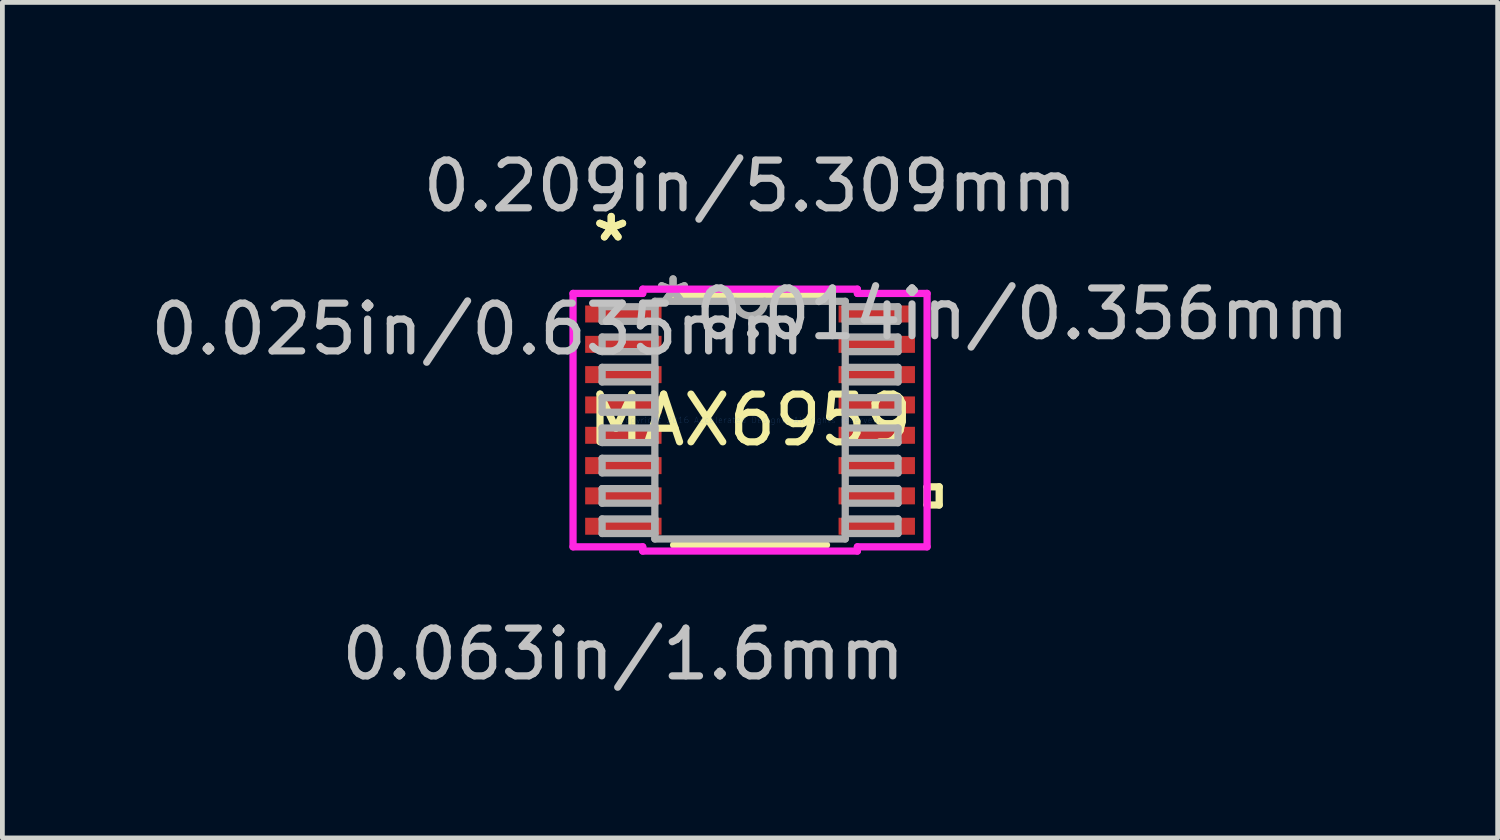
<source format=kicad_pcb>
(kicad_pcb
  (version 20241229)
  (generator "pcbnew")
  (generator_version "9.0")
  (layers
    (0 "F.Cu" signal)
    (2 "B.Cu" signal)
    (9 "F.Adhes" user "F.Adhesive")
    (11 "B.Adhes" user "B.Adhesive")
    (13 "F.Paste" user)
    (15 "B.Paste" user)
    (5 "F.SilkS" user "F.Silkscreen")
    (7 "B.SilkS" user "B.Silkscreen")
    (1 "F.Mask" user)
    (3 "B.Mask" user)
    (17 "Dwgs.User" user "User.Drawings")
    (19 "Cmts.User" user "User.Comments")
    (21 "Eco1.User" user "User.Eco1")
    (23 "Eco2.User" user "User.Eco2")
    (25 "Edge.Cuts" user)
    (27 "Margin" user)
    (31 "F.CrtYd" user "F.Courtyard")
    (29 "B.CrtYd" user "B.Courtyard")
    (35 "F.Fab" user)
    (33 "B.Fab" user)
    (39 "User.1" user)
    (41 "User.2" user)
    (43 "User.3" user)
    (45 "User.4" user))
  (footprint "MAX6959"
    (layer "F.Cu")
    (at 12.661 5.75)
    (property "Reference" "MAX6959" (at 0 0 0) (layer "F.SilkS") (effects (font (size 1 1) (thickness 0.15))))
    (attr through_hole)
    (fp_line (start -1.601 2.616) (end 1.601 2.616) (stroke (width 0.152) (type solid)) (layer "F.SilkS"))
    (fp_line (start 1.601 -2.616) (end -1.601 -2.616) (stroke (width 0.152) (type solid)) (layer "F.SilkS"))
    (fp_line (start 3.708 1.397) (end 3.962 1.397) (stroke (width 0.152) (type solid)) (layer "F.SilkS"))
    (fp_line (start 3.708 1.778) (end 3.708 1.397) (stroke (width 0.152) (type solid)) (layer "F.SilkS"))
    (fp_line (start 3.962 1.397) (end 3.962 1.778) (stroke (width 0.152) (type solid)) (layer "F.SilkS"))
    (fp_line (start 3.962 1.778) (end 3.708 1.778) (stroke (width 0.152) (type solid)) (layer "F.SilkS"))
    (fp_line (start -3.708 -2.654) (end -2.248 -2.654) (stroke (width 0.152) (type solid)) (layer "F.CrtYd"))
    (fp_line (start -3.708 2.654) (end -3.708 -2.654) (stroke (width 0.152) (type solid)) (layer "F.CrtYd"))
    (fp_line (start -2.248 -2.743) (end 2.248 -2.743) (stroke (width 0.152) (type solid)) (layer "F.CrtYd"))
    (fp_line (start -2.248 -2.654) (end -2.248 -2.743) (stroke (width 0.152) (type solid)) (layer "F.CrtYd"))
    (fp_line (start -2.248 2.654) (end -3.708 2.654) (stroke (width 0.152) (type solid)) (layer "F.CrtYd"))
    (fp_line (start -2.248 2.743) (end -2.248 2.654) (stroke (width 0.152) (type solid)) (layer "F.CrtYd"))
    (fp_line (start 2.248 -2.743) (end 2.248 -2.654) (stroke (width 0.152) (type solid)) (layer "F.CrtYd"))
    (fp_line (start 2.248 -2.654) (end 3.708 -2.654) (stroke (width 0.152) (type solid)) (layer "F.CrtYd"))
    (fp_line (start 2.248 2.654) (end 2.248 2.743) (stroke (width 0.152) (type solid)) (layer "F.CrtYd"))
    (fp_line (start 2.248 2.743) (end -2.248 2.743) (stroke (width 0.152) (type solid)) (layer "F.CrtYd"))
    (fp_line (start 3.708 -2.654) (end 3.708 2.654) (stroke (width 0.152) (type solid)) (layer "F.CrtYd"))
    (fp_line (start 3.708 2.654) (end 2.248 2.654) (stroke (width 0.152) (type solid)) (layer "F.CrtYd"))
    (fp_line (start -3.099 -2.375) (end -3.099 -2.07) (stroke (width 0.152) (type solid)) (layer "F.Fab"))
    (fp_line (start -3.099 -2.07) (end -1.994 -2.07) (stroke (width 0.152) (type solid)) (layer "F.Fab"))
    (fp_line (start -3.099 -1.74) (end -3.099 -1.435) (stroke (width 0.152) (type solid)) (layer "F.Fab"))
    (fp_line (start -3.099 -1.435) (end -1.994 -1.435) (stroke (width 0.152) (type solid)) (layer "F.Fab"))
    (fp_line (start -3.099 -1.105) (end -3.099 -0.8) (stroke (width 0.152) (type solid)) (layer "F.Fab"))
    (fp_line (start -3.099 -0.8) (end -1.994 -0.8) (stroke (width 0.152) (type solid)) (layer "F.Fab"))
    (fp_line (start -3.099 -0.47) (end -3.099 -0.165) (stroke (width 0.152) (type solid)) (layer "F.Fab"))
    (fp_line (start -3.099 -0.165) (end -1.994 -0.165) (stroke (width 0.152) (type solid)) (layer "F.Fab"))
    (fp_line (start -3.099 0.165) (end -3.099 0.47) (stroke (width 0.152) (type solid)) (layer "F.Fab"))
    (fp_line (start -3.099 0.47) (end -1.994 0.47) (stroke (width 0.152) (type solid)) (layer "F.Fab"))
    (fp_line (start -3.099 0.8) (end -3.099 1.105) (stroke (width 0.152) (type solid)) (layer "F.Fab"))
    (fp_line (start -3.099 1.105) (end -1.994 1.105) (stroke (width 0.152) (type solid)) (layer "F.Fab"))
    (fp_line (start -3.099 1.435) (end -3.099 1.74) (stroke (width 0.152) (type solid)) (layer "F.Fab"))
    (fp_line (start -3.099 1.74) (end -1.994 1.74) (stroke (width 0.152) (type solid)) (layer "F.Fab"))
    (fp_line (start -3.099 2.07) (end -3.099 2.375) (stroke (width 0.152) (type solid)) (layer "F.Fab"))
    (fp_line (start -3.099 2.375) (end -1.994 2.375) (stroke (width 0.152) (type solid)) (layer "F.Fab"))
    (fp_line (start -1.994 -2.489) (end -1.994 2.489) (stroke (width 0.152) (type solid)) (layer "F.Fab"))
    (fp_line (start -1.994 -2.375) (end -3.099 -2.375) (stroke (width 0.152) (type solid)) (layer "F.Fab"))
    (fp_line (start -1.994 -2.07) (end -1.994 -2.375) (stroke (width 0.152) (type solid)) (layer "F.Fab"))
    (fp_line (start -1.994 -1.74) (end -3.099 -1.74) (stroke (width 0.152) (type solid)) (layer "F.Fab"))
    (fp_line (start -1.994 -1.435) (end -1.994 -1.74) (stroke (width 0.152) (type solid)) (layer "F.Fab"))
    (fp_line (start -1.994 -1.105) (end -3.099 -1.105) (stroke (width 0.152) (type solid)) (layer "F.Fab"))
    (fp_line (start -1.994 -0.8) (end -1.994 -1.105) (stroke (width 0.152) (type solid)) (layer "F.Fab"))
    (fp_line (start -1.994 -0.47) (end -3.099 -0.47) (stroke (width 0.152) (type solid)) (layer "F.Fab"))
    (fp_line (start -1.994 -0.165) (end -1.994 -0.47) (stroke (width 0.152) (type solid)) (layer "F.Fab"))
    (fp_line (start -1.994 0.165) (end -3.099 0.165) (stroke (width 0.152) (type solid)) (layer "F.Fab"))
    (fp_line (start -1.994 0.47) (end -1.994 0.165) (stroke (width 0.152) (type solid)) (layer "F.Fab"))
    (fp_line (start -1.994 0.8) (end -3.099 0.8) (stroke (width 0.152) (type solid)) (layer "F.Fab"))
    (fp_line (start -1.994 1.105) (end -1.994 0.8) (stroke (width 0.152) (type solid)) (layer "F.Fab"))
    (fp_line (start -1.994 1.435) (end -3.099 1.435) (stroke (width 0.152) (type solid)) (layer "F.Fab"))
    (fp_line (start -1.994 1.74) (end -1.994 1.435) (stroke (width 0.152) (type solid)) (layer "F.Fab"))
    (fp_line (start -1.994 2.07) (end -3.099 2.07) (stroke (width 0.152) (type solid)) (layer "F.Fab"))
    (fp_line (start -1.994 2.375) (end -1.994 2.07) (stroke (width 0.152) (type solid)) (layer "F.Fab"))
    (fp_line (start -1.994 2.489) (end 1.994 2.489) (stroke (width 0.152) (type solid)) (layer "F.Fab"))
    (fp_line (start 1.994 -2.489) (end -1.994 -2.489) (stroke (width 0.152) (type solid)) (layer "F.Fab"))
    (fp_line (start 1.994 -2.375) (end 1.994 -2.07) (stroke (width 0.152) (type solid)) (layer "F.Fab"))
    (fp_line (start 1.994 -2.07) (end 3.099 -2.07) (stroke (width 0.152) (type solid)) (layer "F.Fab"))
    (fp_line (start 1.994 -1.74) (end 1.994 -1.435) (stroke (width 0.152) (type solid)) (layer "F.Fab"))
    (fp_line (start 1.994 -1.435) (end 3.099 -1.435) (stroke (width 0.152) (type solid)) (layer "F.Fab"))
    (fp_line (start 1.994 -1.105) (end 1.994 -0.8) (stroke (width 0.152) (type solid)) (layer "F.Fab"))
    (fp_line (start 1.994 -0.8) (end 3.099 -0.8) (stroke (width 0.152) (type solid)) (layer "F.Fab"))
    (fp_line (start 1.994 -0.47) (end 1.994 -0.165) (stroke (width 0.152) (type solid)) (layer "F.Fab"))
    (fp_line (start 1.994 -0.165) (end 3.099 -0.165) (stroke (width 0.152) (type solid)) (layer "F.Fab"))
    (fp_line (start 1.994 0.165) (end 1.994 0.47) (stroke (width 0.152) (type solid)) (layer "F.Fab"))
    (fp_line (start 1.994 0.47) (end 3.099 0.47) (stroke (width 0.152) (type solid)) (layer "F.Fab"))
    (fp_line (start 1.994 0.8) (end 1.994 1.105) (stroke (width 0.152) (type solid)) (layer "F.Fab"))
    (fp_line (start 1.994 1.105) (end 3.099 1.105) (stroke (width 0.152) (type solid)) (layer "F.Fab"))
    (fp_line (start 1.994 1.435) (end 1.994 1.74) (stroke (width 0.152) (type solid)) (layer "F.Fab"))
    (fp_line (start 1.994 1.74) (end 3.099 1.74) (stroke (width 0.152) (type solid)) (layer "F.Fab"))
    (fp_line (start 1.994 2.07) (end 1.994 2.375) (stroke (width 0.152) (type solid)) (layer "F.Fab"))
    (fp_line (start 1.994 2.375) (end 3.099 2.375) (stroke (width 0.152) (type solid)) (layer "F.Fab"))
    (fp_line (start 1.994 2.489) (end 1.994 -2.489) (stroke (width 0.152) (type solid)) (layer "F.Fab"))
    (fp_line (start 3.099 -2.375) (end 1.994 -2.375) (stroke (width 0.152) (type solid)) (layer "F.Fab"))
    (fp_line (start 3.099 -2.07) (end 3.099 -2.375) (stroke (width 0.152) (type solid)) (layer "F.Fab"))
    (fp_line (start 3.099 -1.74) (end 1.994 -1.74) (stroke (width 0.152) (type solid)) (layer "F.Fab"))
    (fp_line (start 3.099 -1.435) (end 3.099 -1.74) (stroke (width 0.152) (type solid)) (layer "F.Fab"))
    (fp_line (start 3.099 -1.105) (end 1.994 -1.105) (stroke (width 0.152) (type solid)) (layer "F.Fab"))
    (fp_line (start 3.099 -0.8) (end 3.099 -1.105) (stroke (width 0.152) (type solid)) (layer "F.Fab"))
    (fp_line (start 3.099 -0.47) (end 1.994 -0.47) (stroke (width 0.152) (type solid)) (layer "F.Fab"))
    (fp_line (start 3.099 -0.165) (end 3.099 -0.47) (stroke (width 0.152) (type solid)) (layer "F.Fab"))
    (fp_line (start 3.099 0.165) (end 1.994 0.165) (stroke (width 0.152) (type solid)) (layer "F.Fab"))
    (fp_line (start 3.099 0.47) (end 3.099 0.165) (stroke (width 0.152) (type solid)) (layer "F.Fab"))
    (fp_line (start 3.099 0.8) (end 1.994 0.8) (stroke (width 0.152) (type solid)) (layer "F.Fab"))
    (fp_line (start 3.099 1.105) (end 3.099 0.8) (stroke (width 0.152) (type solid)) (layer "F.Fab"))
    (fp_line (start 3.099 1.435) (end 1.994 1.435) (stroke (width 0.152) (type solid)) (layer "F.Fab"))
    (fp_line (start 3.099 1.74) (end 3.099 1.435) (stroke (width 0.152) (type solid)) (layer "F.Fab"))
    (fp_line (start 3.099 2.07) (end 1.994 2.07) (stroke (width 0.152) (type solid)) (layer "F.Fab"))
    (fp_line (start 3.099 2.375) (end 3.099 2.07) (stroke (width 0.152) (type solid)) (layer "F.Fab"))
    (fp_arc (start 0.3048 -2.4892) (mid 0 -2.1844) (end -0.3048 -2.4892) (stroke (width 0.1524) (type solid)) (layer "F.Fab"))
    (fp_text user "*" (at -2.908 -3.721 0) (layer "F.SilkS") (effects (font (size 1 1) (thickness 0.15))))
    (fp_text user "*" (at -2.908 -3.721 0) (layer "F.SilkS") (effects (font (size 1 1) (thickness 0.15))))
    (fp_text user "0.025in/0.635mm" (at -5.702 -1.905 0) (layer "Dwgs.User") (effects (font (size 1 1) (thickness 0.15))))
    (fp_text user "0.014in/0.356mm" (at 5.702 -2.223 0) (layer "Dwgs.User") (effects (font (size 1 1) (thickness 0.15))))
    (fp_text user "0.063in/1.6mm" (at -2.654 4.902 0) (layer "Dwgs.User") (effects (font (size 1 1) (thickness 0.15))))
    (fp_text user "0.209in/5.309mm" (at 0 -4.902 0) (layer "Dwgs.User") (effects (font (size 1 1) (thickness 0.15))))
    (fp_text user "Copyright 2016 Accelerated Designs. All rights reserved." (at 0 0 0) (layer "Cmts.User") (effects (font (size 0.127 0.127) (thickness 0.002))))
    (fp_text user "*" (at -1.613 -2.413 0) (layer "F.Fab") (effects (font (size 1 1) (thickness 0.15))))
    (fp_text user "*" (at -1.613 -2.413 0) (layer "F.Fab") (effects (font (size 1 1) (thickness 0.15))))
    (pad "1" smd rect (at -2.654 -2.223) (size 1.6 0.356) (layers "F.Cu" "F.Mask" "F.Paste"))
    (pad "2" smd rect (at -2.654 -1.587) (size 1.6 0.356) (layers "F.Cu" "F.Mask" "F.Paste"))
    (pad "3" smd rect (at -2.654 -0.953) (size 1.6 0.356) (layers "F.Cu" "F.Mask" "F.Paste"))
    (pad "4" smd rect (at -2.654 -0.318) (size 1.6 0.356) (layers "F.Cu" "F.Mask" "F.Paste"))
    (pad "5" smd rect (at -2.654 0.318) (size 1.6 0.356) (layers "F.Cu" "F.Mask" "F.Paste"))
    (pad "6" smd rect (at -2.654 0.953) (size 1.6 0.356) (layers "F.Cu" "F.Mask" "F.Paste"))
    (pad "7" smd rect (at -2.654 1.587) (size 1.6 0.356) (layers "F.Cu" "F.Mask" "F.Paste"))
    (pad "8" smd rect (at -2.654 2.223) (size 1.6 0.356) (layers "F.Cu" "F.Mask" "F.Paste"))
    (pad "9" smd rect (at 2.654 2.223) (size 1.6 0.356) (layers "F.Cu" "F.Mask" "F.Paste"))
    (pad "10" smd rect (at 2.654 1.587) (size 1.6 0.356) (layers "F.Cu" "F.Mask" "F.Paste"))
    (pad "11" smd rect (at 2.654 0.953) (size 1.6 0.356) (layers "F.Cu" "F.Mask" "F.Paste"))
    (pad "12" smd rect (at 2.654 0.318) (size 1.6 0.356) (layers "F.Cu" "F.Mask" "F.Paste"))
    (pad "13" smd rect (at 2.654 -0.318) (size 1.6 0.356) (layers "F.Cu" "F.Mask" "F.Paste"))
    (pad "14" smd rect (at 2.654 -0.953) (size 1.6 0.356) (layers "F.Cu" "F.Mask" "F.Paste"))
    (pad "15" smd rect (at 2.654 -1.587) (size 1.6 0.356) (layers "F.Cu" "F.Mask" "F.Paste"))
    (pad "16" smd rect (at 2.654 -2.223) (size 1.6 0.356) (layers "F.Cu" "F.Mask" "F.Paste")))
  (gr_rect
    (start -3 -3)
    (end 28.321 14.501)
    (stroke (width 0.1) (type default))
    (fill no)
    (layer "Edge.Cuts")))
</source>
